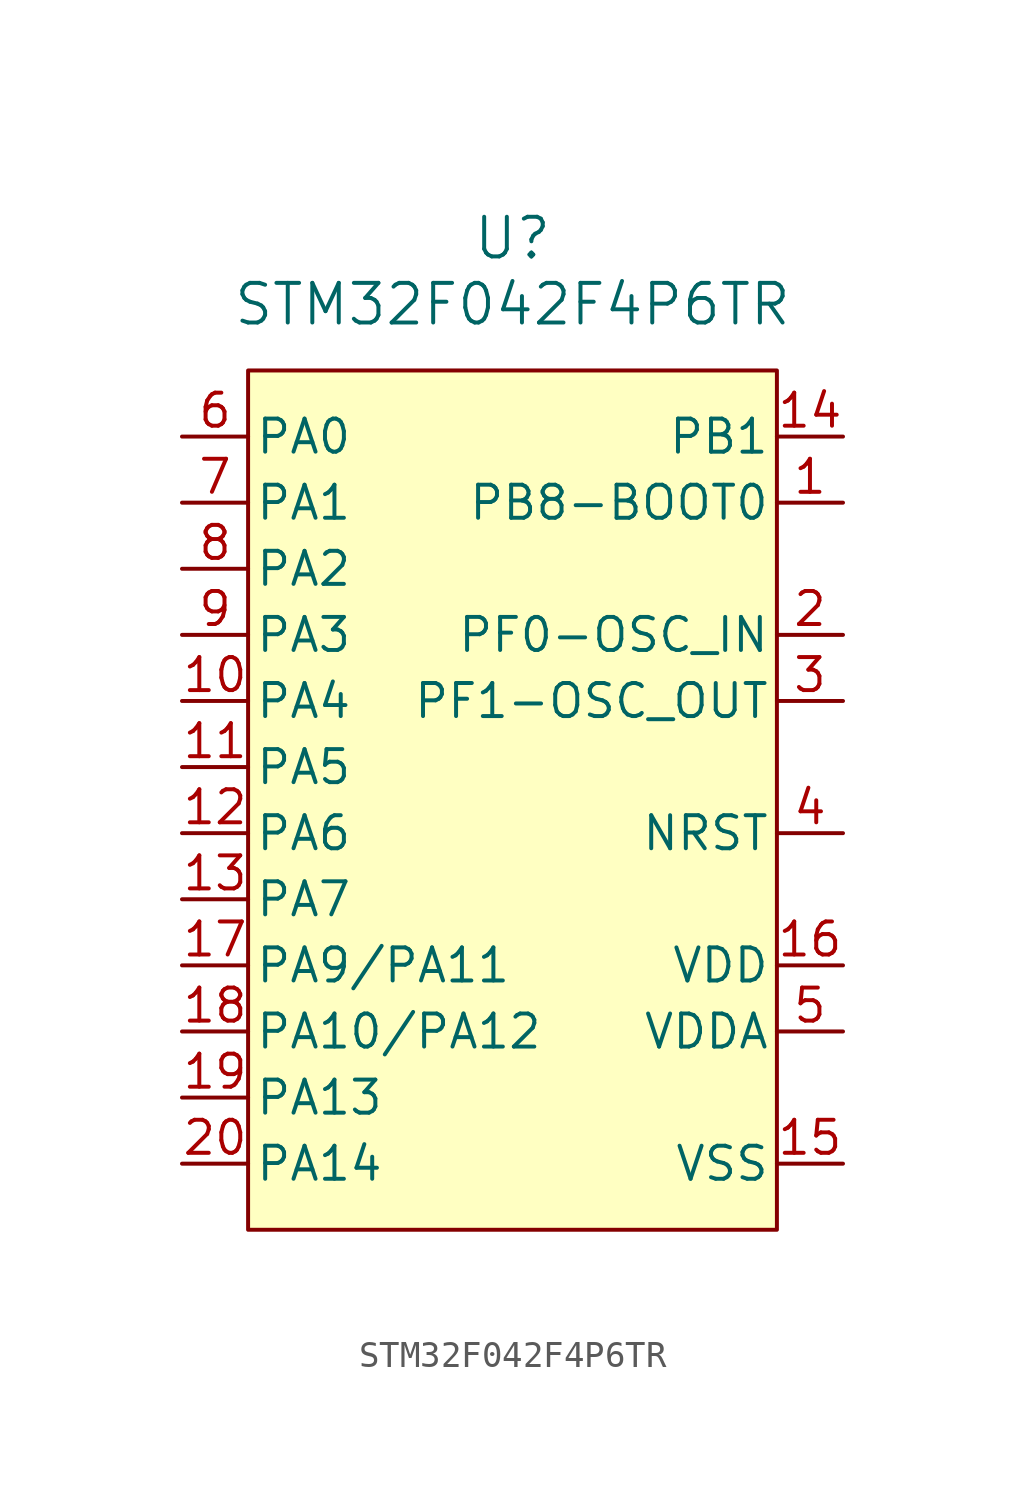
<source format=kicad_sym>
(kicad_symbol_lib
  (version 20241209)
  (generator "kicad_symbol_editor")
  (generator_version "9.0")
  (symbol "STM32F042F4P6TR"
    (pin_names
      (offset 0.254))
    (property "Reference" "U"
      (at 0 22.86 0)
      (effects (font (size 1.524 1.524))))
    (property "Value" "STM32F042F4P6TR"
      (at 0 20.32 0)
      (effects (font (size 1.524 1.524))))
    (symbol "STM32F042F4P6TR_1_1"
      (rectangle (start -10.16 17.78) (end 10.16 -15.24) (stroke (width 0) (type solid)) (fill (type background)))
      (pin bidirectional line (at -12.7 15.24 0) (length 2.54) (name "PA0" (effects (font (size 1.27 1.27)))) (number "6" (effects (font (size 1.27 1.27)))))
      (pin bidirectional line (at -12.7 12.7 0) (length 2.54) (name "PA1" (effects (font (size 1.27 1.27)))) (number "7" (effects (font (size 1.27 1.27)))))
      (pin bidirectional line (at -12.7 10.16 0) (length 2.54) (name "PA2" (effects (font (size 1.27 1.27)))) (number "8" (effects (font (size 1.27 1.27)))))
      (pin bidirectional line (at -12.7 7.62 0) (length 2.54) (name "PA3" (effects (font (size 1.27 1.27)))) (number "9" (effects (font (size 1.27 1.27)))))
      (pin bidirectional line (at -12.7 5.08 0) (length 2.54) (name "PA4" (effects (font (size 1.27 1.27)))) (number "10" (effects (font (size 1.27 1.27)))))
      (pin bidirectional line (at -12.7 2.54 0) (length 2.54) (name "PA5" (effects (font (size 1.27 1.27)))) (number "11" (effects (font (size 1.27 1.27)))))
      (pin bidirectional line (at -12.7 0 0) (length 2.54) (name "PA6" (effects (font (size 1.27 1.27)))) (number "12" (effects (font (size 1.27 1.27)))))
      (pin bidirectional line (at -12.7 -2.54 0) (length 2.54) (name "PA7" (effects (font (size 1.27 1.27)))) (number "13" (effects (font (size 1.27 1.27)))))
      (pin bidirectional line (at -12.7 -5.08 0) (length 2.54) (name "PA9/PA11" (effects (font (size 1.27 1.27)))) (number "17" (effects (font (size 1.27 1.27)))))
      (pin bidirectional line (at -12.7 -7.62 0) (length 2.54) (name "PA10/PA12" (effects (font (size 1.27 1.27)))) (number "18" (effects (font (size 1.27 1.27)))))
      (pin bidirectional line (at -12.7 -10.16 0) (length 2.54) (name "PA13" (effects (font (size 1.27 1.27)))) (number "19" (effects (font (size 1.27 1.27)))))
      (pin bidirectional line (at -12.7 -12.7 0) (length 2.54) (name "PA14" (effects (font (size 1.27 1.27)))) (number "20" (effects (font (size 1.27 1.27)))))
      (pin bidirectional line (at 12.7 15.24 180) (length 2.54) (name "PB1" (effects (font (size 1.27 1.27)))) (number "14" (effects (font (size 1.27 1.27)))))
      (pin bidirectional line (at 12.7 12.7 180) (length 2.54) (name "PB8-BOOT0" (effects (font (size 1.27 1.27)))) (number "1" (effects (font (size 1.27 1.27)))))
      (pin bidirectional line (at 12.7 7.62 180) (length 2.54) (name "PF0-OSC_IN" (effects (font (size 1.27 1.27)))) (number "2" (effects (font (size 1.27 1.27)))))
      (pin bidirectional line (at 12.7 5.08 180) (length 2.54) (name "PF1-OSC_OUT" (effects (font (size 1.27 1.27)))) (number "3" (effects (font (size 1.27 1.27)))))
      (pin bidirectional line (at 12.7 0 180) (length 2.54) (name "NRST" (effects (font (size 1.27 1.27)))) (number "4" (effects (font (size 1.27 1.27)))))
      (pin power_in line (at 12.7 -5.08 180) (length 2.54) (name "VDD" (effects (font (size 1.27 1.27)))) (number "16" (effects (font (size 1.27 1.27)))))
      (pin power_in line (at 12.7 -7.62 180) (length 2.54) (name "VDDA" (effects (font (size 1.27 1.27)))) (number "5" (effects (font (size 1.27 1.27)))))
      (pin power_in line (at 12.7 -12.7 180) (length 2.54) (name "VSS" (effects (font (size 1.27 1.27)))) (number "15" (effects (font (size 1.27 1.27))))))))
</source>
